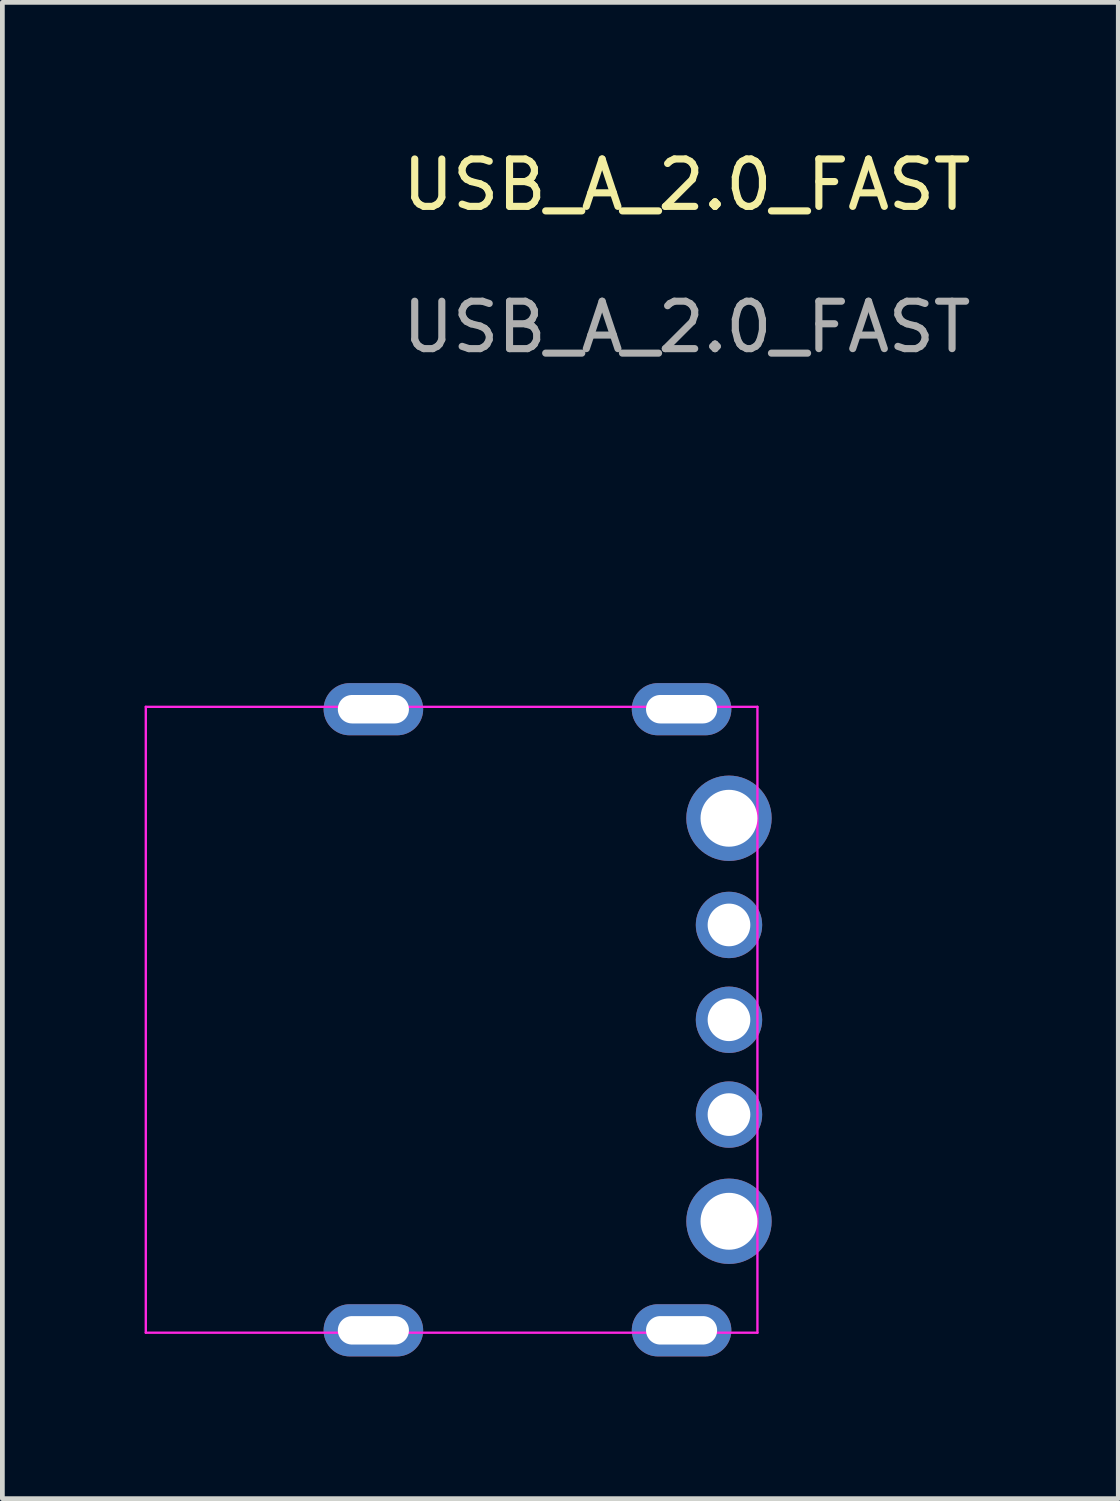
<source format=kicad_pcb>
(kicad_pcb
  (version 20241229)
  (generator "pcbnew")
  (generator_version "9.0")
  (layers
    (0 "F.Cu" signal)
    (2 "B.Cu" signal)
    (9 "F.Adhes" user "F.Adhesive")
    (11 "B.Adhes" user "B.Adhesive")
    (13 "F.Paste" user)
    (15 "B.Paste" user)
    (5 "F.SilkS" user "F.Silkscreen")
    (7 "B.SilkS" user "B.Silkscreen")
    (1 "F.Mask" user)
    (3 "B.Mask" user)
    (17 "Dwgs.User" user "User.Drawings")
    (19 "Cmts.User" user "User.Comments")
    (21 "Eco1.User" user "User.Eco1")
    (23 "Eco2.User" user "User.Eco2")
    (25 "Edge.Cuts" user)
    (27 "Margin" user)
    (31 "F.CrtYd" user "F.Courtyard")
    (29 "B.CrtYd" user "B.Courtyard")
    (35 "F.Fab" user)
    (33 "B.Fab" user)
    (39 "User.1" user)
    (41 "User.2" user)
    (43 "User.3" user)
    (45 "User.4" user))
  (footprint "USB_A_2.0_FAST"
    (layer "F.Cu")
    (at 11.325 18.458)
    (property "Reference" "USB_A_2.0_FAST" (at 0.11 -17.61 0) (unlocked yes) (layer "F.SilkS") (effects (font (size 1 1) (thickness 0.15))))
    (attr smd)
    (fp_line (start -11.3 -6.6) (end -11.3 6.6) (stroke (width 0.05) (type solid)) (layer "F.CrtYd"))
    (fp_line (start -11.3 6.6) (end 1.6 6.6) (stroke (width 0.05) (type solid)) (layer "F.CrtYd"))
    (fp_line (start 1.6 -6.6) (end -11.3 -6.6) (stroke (width 0.05) (type solid)) (layer "F.CrtYd"))
    (fp_line (start 1.6 6.6) (end 1.6 -6.6) (stroke (width 0.05) (type solid)) (layer "F.CrtYd"))
    (fp_text user "${REFERENCE}" (at 0.11 -14.61 0) (unlocked yes) (layer "F.Fab") (effects (font (size 1 1) (thickness 0.15))))
    (pad "1" thru_hole circle (at 1 -4.25) (size 1.8 1.8) (drill 1.2) (layers "*.Cu" "*.Mask"))
    (pad "2" thru_hole circle (at 1 -2) (size 1.4 1.4) (drill 0.9) (layers "*.Cu" "*.Mask"))
    (pad "3" thru_hole circle (at 1 2) (size 1.4 1.4) (drill 0.9) (layers "*.Cu" "*.Mask"))
    (pad "4" thru_hole circle (at 1 4.25) (size 1.8 1.8) (drill 1.2) (layers "*.Cu" "*.Mask"))
    (pad "5" thru_hole circle (at 1 0) (size 1.4 1.4) (drill 0.9) (layers "*.Cu" "*.Mask"))
    (pad "6" thru_hole oval (at -6.5 -6.55) (size 2.1 1.1) (drill oval 1.5 0.6) (layers "*.Cu" "*.Mask"))
    (pad "6" thru_hole oval (at -6.5 6.55) (size 2.1 1.1) (drill oval 1.5 0.6) (layers "*.Cu" "*.Mask"))
    (pad "6" thru_hole oval (at 0 -6.55) (size 2.1 1.1) (drill oval 1.5 0.6) (layers "*.Cu" "*.Mask"))
    (pad "6" thru_hole oval (at 0 6.55) (size 2.1 1.1) (drill oval 1.5 0.6) (layers "*.Cu" "*.Mask")))
  (gr_rect
    (start -3 -3)
    (end 20.536 28.558)
    (stroke (width 0.1) (type default))
    (fill no)
    (layer "Edge.Cuts")))
</source>
